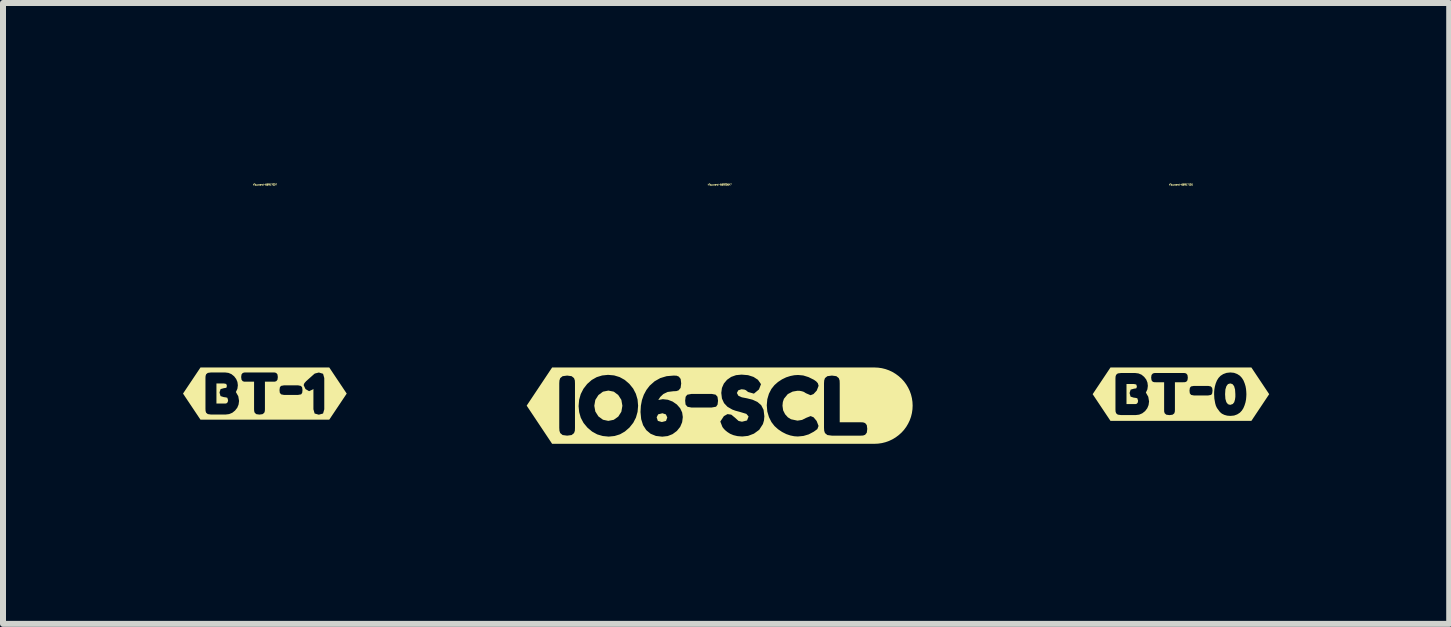
<source format=kicad_pcb>
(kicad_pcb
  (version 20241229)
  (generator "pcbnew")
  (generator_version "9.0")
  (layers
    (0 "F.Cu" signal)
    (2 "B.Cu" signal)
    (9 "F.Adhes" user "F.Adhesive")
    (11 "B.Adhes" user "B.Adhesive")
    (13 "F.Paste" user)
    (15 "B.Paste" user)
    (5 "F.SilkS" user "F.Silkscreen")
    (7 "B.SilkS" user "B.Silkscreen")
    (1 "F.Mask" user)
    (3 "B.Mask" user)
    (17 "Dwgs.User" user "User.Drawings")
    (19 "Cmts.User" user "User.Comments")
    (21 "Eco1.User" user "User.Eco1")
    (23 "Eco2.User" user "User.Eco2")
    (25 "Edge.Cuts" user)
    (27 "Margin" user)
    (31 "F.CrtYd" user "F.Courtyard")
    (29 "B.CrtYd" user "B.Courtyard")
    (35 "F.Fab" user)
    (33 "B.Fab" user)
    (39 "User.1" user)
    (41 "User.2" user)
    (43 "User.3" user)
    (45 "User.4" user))
  (footprint "kibuzzard-669206A7"
    (layer "F.Cu")
    (at 8.943 3.71)
    (property "Reference" "kibuzzard-669206A7" (at 0 -3.684 180) (layer "F.SilkS") (effects (font (size 0.025 0.025) (thickness 0.15))))
    (attr board_only exclude_from_pos_files exclude_from_bom)
    (fp_poly (pts (xy -0.873 0.197) (xy -0.896 0.146) (xy -0.954 0.127) (xy -1.025 0.145) (xy -1.05 0.194) (xy -1.03 0.254) (xy -0.963 0.273) (xy -0.894 0.255) (xy -0.873 0.197)) (stroke (width 0) (type solid)) (fill yes) (layer "F.SilkS"))
    (fp_poly (pts (xy -1.856 0.254) (xy -1.765 0.236) (xy -1.689 0.182) (xy -1.638 0.101) (xy -1.621 0.002) (xy -1.638 -0.096) (xy -1.69 -0.177) (xy -1.765 -0.233) (xy -1.854 -0.251) (xy -1.944 -0.233) (xy -2.02 -0.177) (xy -2.072 -0.096) (xy -2.089 0.002) (xy -2.072 0.098) (xy -2.02 0.18) (xy -1.944 0.235) (xy -1.856 0.254)) (stroke (width 0) (type solid)) (fill yes) (layer "F.SilkS"))
    (fp_poly (pts (xy -2.673 -0.636) (xy -2.792 -0.636) (xy -3.216 0) (xy -2.792 0.636) (xy -2.673 0.636) (xy -2.542 0.636) (xy -2.542 0.5) (xy -2.617 0.49) (xy -2.657 0.457) (xy -2.67 0.418) (xy -2.673 0.368) (xy -2.673 -0.371) (xy -2.67 -0.419) (xy -2.657 -0.459) (xy -2.617 -0.491) (xy -2.541 -0.501) (xy -2.467 -0.491) (xy -2.427 -0.459) (xy -2.413 -0.419) (xy -2.411 -0.37) (xy -2.411 0.37) (xy -2.413 0.419) (xy -2.427 0.458) (xy -2.467 0.49) (xy -2.542 0.5) (xy -2.542 0.636) (xy -1.849 0.636) (xy -1.849 0.516) (xy -1.949 0.506) (xy -2.041 0.479) (xy -2.126 0.432) (xy -2.203 0.367) (xy -2.268 0.289) (xy -2.314 0.203) (xy -2.341 0.109) (xy -2.351 0.008) (xy -2.342 -0.097) (xy -2.315 -0.193) (xy -2.27 -0.281) (xy -2.208 -0.361) (xy -2.132 -0.428) (xy -2.049 -0.475) (xy -1.958 -0.503) (xy -1.86 -0.513) (xy -1.759 -0.504) (xy -1.667 -0.476) (xy -1.582 -0.429) (xy -1.505 -0.363) (xy -1.441 -0.284) (xy -1.396 -0.197) (xy -1.368 -0.102) (xy -1.359 0.002) (xy -1.368 0.104) (xy -1.395 0.199) (xy -1.44 0.286) (xy -1.503 0.365) (xy -1.579 0.431) (xy -1.661 0.478) (xy -1.751 0.506) (xy -1.849 0.516) (xy -1.849 0.636) (xy -0.957 0.636) (xy -0.957 0.517) (xy -1.062 0.505) (xy -1.15 0.469) (xy -1.223 0.408) (xy -1.276 0.326) (xy -1.308 0.225) (xy -1.319 0.107) (xy -1.313 0.002) (xy -1.295 -0.093) (xy -1.264 -0.181) (xy -1.221 -0.261) (xy -1.166 -0.333) (xy -1.084 -0.406) (xy -0.99 -0.459) (xy -0.884 -0.491) (xy -0.767 -0.501) (xy -0.719 -0.499) (xy -0.681 -0.484) (xy -0.65 -0.445) (xy -0.641 -0.37) (xy -0.651 -0.295) (xy -0.684 -0.255) (xy -0.723 -0.242) (xy -0.773 -0.24) (xy -0.867 -0.228) (xy -0.938 -0.194) (xy -0.989 -0.146) (xy -1.023 -0.094) (xy -0.947 -0.108) (xy -0.862 -0.098) (xy -0.784 -0.068) (xy -0.713 -0.019) (xy -0.658 0.044) (xy -0.625 0.114) (xy -0.614 0.19) (xy -0.625 0.276) (xy -0.658 0.354) (xy -0.713 0.422) (xy -0.785 0.475) (xy -0.866 0.507) (xy -0.957 0.517) (xy -0.957 0.636) (xy -0.132 0.636) (xy -0.132 0.031) (xy -0.472 0.031) (xy -0.536 0.019) (xy -0.568 -0.018) (xy -0.575 -0.084) (xy -0.567 -0.148) (xy -0.54 -0.182) (xy -0.471 -0.195) (xy -0.13 -0.195) (xy -0.067 -0.183) (xy -0.036 -0.148) (xy -0.027 -0.082) (xy -0.035 -0.017) (xy -0.06 0.018) (xy -0.132 0.031) (xy -0.132 0.636) (xy 0.377 0.636) (xy 0.377 0.514) (xy 0.297 0.508) (xy 0.23 0.492) (xy 0.175 0.469) (xy 0.131 0.441) (xy 0.096 0.413) (xy 0.071 0.388) (xy 0.056 0.368) (xy 0.047 0.358) (xy 0.011 0.265) (xy 0.071 0.174) (xy 0.131 0.141) (xy 0.193 0.15) (xy 0.257 0.202) (xy 0.315 0.255) (xy 0.372 0.268) (xy 0.456 0.247) (xy 0.482 0.181) (xy 0.445 0.137) (xy 0.332 0.103) (xy 0.264 0.085) (xy 0.21 0.065) (xy 0.13 0.019) (xy 0.073 -0.042) (xy 0.038 -0.119) (xy 0.027 -0.212) (xy 0.038 -0.295) (xy 0.07 -0.368) (xy 0.123 -0.431) (xy 0.192 -0.479) (xy 0.273 -0.508) (xy 0.365 -0.517) (xy 0.473 -0.508) (xy 0.564 -0.479) (xy 0.638 -0.431) (xy 0.689 -0.358) (xy 0.655 -0.27) (xy 0.571 -0.2) (xy 0.475 -0.227) (xy 0.458 -0.24) (xy 0.438 -0.257) (xy 0.41 -0.268) (xy 0.363 -0.273) (xy 0.31 -0.255) (xy 0.287 -0.211) (xy 0.312 -0.165) (xy 0.369 -0.139) (xy 0.456 -0.122) (xy 0.548 -0.099) (xy 0.629 -0.062) (xy 0.692 -0.008) (xy 0.732 0.07) (xy 0.745 0.177) (xy 0.739 0.245) (xy 0.721 0.307) (xy 0.659 0.403) (xy 0.571 0.467) (xy 0.473 0.504) (xy 0.377 0.514) (xy 0.377 0.636) (xy 1.303 0.636) (xy 1.303 0.514) (xy 1.242 0.51) (xy 1.178 0.497) (xy 1.11 0.474) (xy 1.041 0.439) (xy 0.974 0.394) (xy 0.914 0.34) (xy 0.863 0.274) (xy 0.822 0.192) (xy 0.794 0.098) (xy 0.785 -0.006) (xy 0.794 -0.107) (xy 0.821 -0.198) (xy 0.862 -0.278) (xy 0.913 -0.342) (xy 0.972 -0.394) (xy 1.039 -0.438) (xy 1.109 -0.472) (xy 1.178 -0.494) (xy 1.244 -0.507) (xy 1.307 -0.511) (xy 1.393 -0.503) (xy 1.48 -0.476) (xy 1.571 -0.431) (xy 1.609 -0.404) (xy 1.636 -0.374) (xy 1.649 -0.331) (xy 1.618 -0.251) (xy 1.564 -0.193) (xy 1.515 -0.174) (xy 1.438 -0.207) (xy 1.428 -0.213) (xy 1.416 -0.221) (xy 1.403 -0.229) (xy 1.383 -0.236) (xy 1.36 -0.242) (xy 1.332 -0.247) (xy 1.297 -0.248) (xy 1.216 -0.234) (xy 1.135 -0.192) (xy 1.071 -0.114) (xy 1.053 -0.06) (xy 1.047 0.001) (xy 1.058 0.079) (xy 1.091 0.144) (xy 1.137 0.195) (xy 1.189 0.227) (xy 1.297 0.25) (xy 1.373 0.238) (xy 1.445 0.202) (xy 1.516 0.174) (xy 1.565 0.194) (xy 1.616 0.255) (xy 1.648 0.338) (xy 1.628 0.391) (xy 1.569 0.434) (xy 1.484 0.479) (xy 1.396 0.505) (xy 1.303 0.514) (xy 1.303 0.636) (xy 1.87 0.636) (xy 1.87 0.5) (xy 1.795 0.49) (xy 1.755 0.457) (xy 1.742 0.418) (xy 1.739 0.368) (xy 1.739 -0.371) (xy 1.742 -0.419) (xy 1.755 -0.459) (xy 1.795 -0.491) (xy 1.871 -0.501) (xy 1.945 -0.491) (xy 1.985 -0.459) (xy 1.999 -0.419) (xy 2.001 -0.37) (xy 2.001 0.277) (xy 2.35 0.277) (xy 2.391 0.279) (xy 2.424 0.29) (xy 2.452 0.324) (xy 2.46 0.388) (xy 2.452 0.451) (xy 2.424 0.486) (xy 2.39 0.498) (xy 2.349 0.5) (xy 1.87 0.5) (xy 1.87 0.636) (xy 2.46 0.636) (xy 2.58 0.636) (xy 2.642 0.633) (xy 2.704 0.624) (xy 2.764 0.609) (xy 2.823 0.588) (xy 2.88 0.561) (xy 2.933 0.529) (xy 2.983 0.492) (xy 3.03 0.45) (xy 3.072 0.404) (xy 3.109 0.354) (xy 3.141 0.3) (xy 3.168 0.244) (xy 3.189 0.185) (xy 3.204 0.124) (xy 3.213 0.062) (xy 3.216 0) (xy 3.213 -0.062) (xy 3.204 -0.124) (xy 3.189 -0.185) (xy 3.168 -0.244) (xy 3.141 -0.3) (xy 3.109 -0.354) (xy 3.072 -0.404) (xy 3.03 -0.45) (xy 2.983 -0.492) (xy 2.933 -0.529) (xy 2.88 -0.561) (xy 2.823 -0.588) (xy 2.764 -0.609) (xy 2.704 -0.624) (xy 2.642 -0.633) (xy 2.58 -0.636) (xy 2.46 -0.636) (xy -2.673 -0.636)) (stroke (width 0) (type solid)) (fill yes) (layer "F.SilkS")))
  (footprint "kibuzzard-669170D7"
    (layer "F.Cu")
    (at 1.364 3.509)
    (property "Reference" "kibuzzard-669170D7" (at 0 -3.483 0) (layer "F.SilkS") (effects (font (size 0.025 0.025) (thickness 0.15))))
    (attr board_only exclude_from_pos_files exclude_from_bom)
    (fp_poly (pts (xy -0.807 0.166) (xy -0.663 0.166) (xy -0.649 0.165) (xy -0.634 0.159) (xy -0.619 0.142) (xy -0.613 0.111) (xy -0.626 0.069) (xy -0.668 0.06) (xy -0.681 0.06) (xy -0.739 0.042) (xy -0.756 -0.018) (xy -0.738 -0.075) (xy -0.676 -0.092) (xy -0.664 -0.092) (xy -0.64 -0.099) (xy -0.633 -0.13) (xy -0.644 -0.161) (xy -0.685 -0.169) (xy -0.807 -0.169) (xy -0.807 0.166)) (stroke (width 0) (type solid)) (fill yes) (layer "F.SilkS"))
    (fp_poly (pts (xy -0.99 -0.435) (xy -1.073 -0.435) (xy -1.364 0) (xy -1.073 0.435) (xy -0.99 0.435) (xy -0.899 0.435) (xy -0.899 0.349) (xy -0.951 0.342) (xy -0.979 0.319) (xy -0.988 0.291) (xy -0.99 0.256) (xy -0.99 -0.261) (xy -0.988 -0.294) (xy -0.979 -0.322) (xy -0.951 -0.345) (xy -0.898 -0.352) (xy -0.663 -0.352) (xy -0.607 -0.345) (xy -0.557 -0.324) (xy -0.512 -0.288) (xy -0.478 -0.243) (xy -0.457 -0.193) (xy -0.45 -0.138) (xy -0.458 -0.079) (xy -0.483 -0.026) (xy -0.443 0.045) (xy -0.43 0.122) (xy -0.438 0.182) (xy -0.46 0.236) (xy -0.497 0.283) (xy -0.543 0.32) (xy -0.596 0.342) (xy -0.653 0.349) (xy -0.899 0.349) (xy -0.899 0.435) (xy -0.091 0.435) (xy -0.091 0.35) (xy -0.142 0.343) (xy -0.169 0.32) (xy -0.178 0.293) (xy -0.18 0.26) (xy -0.18 -0.198) (xy -0.319 -0.198) (xy -0.347 -0.199) (xy -0.37 -0.207) (xy -0.389 -0.231) (xy -0.395 -0.276) (xy -0.389 -0.319) (xy -0.37 -0.342) (xy -0.346 -0.351) (xy -0.318 -0.352) (xy 0.14 -0.352) (xy 0.168 -0.351) (xy 0.191 -0.342) (xy 0.21 -0.319) (xy 0.216 -0.275) (xy 0.21 -0.231) (xy 0.19 -0.207) (xy 0.167 -0.199) (xy 0.139 -0.198) (xy 0.001 -0.198) (xy 0.001 0.261) (xy -0.001 0.294) (xy -0.011 0.321) (xy -0.039 0.343) (xy -0.091 0.35) (xy -0.091 0.435) (xy 0.554 0.435) (xy 0.554 0.022) (xy 0.316 0.022) (xy 0.271 0.013) (xy 0.249 -0.013) (xy 0.244 -0.059) (xy 0.25 -0.104) (xy 0.269 -0.128) (xy 0.317 -0.137) (xy 0.555 -0.137) (xy 0.6 -0.128) (xy 0.621 -0.104) (xy 0.627 -0.058) (xy 0.622 -0.012) (xy 0.604 0.013) (xy 0.554 0.022) (xy 0.554 0.435) (xy 0.899 0.435) (xy 0.899 0.352) (xy 0.829 0.332) (xy 0.809 0.261) (xy 0.809 -0.078) (xy 0.799 -0.069) (xy 0.737 -0.04) (xy 0.677 -0.075) (xy 0.646 -0.141) (xy 0.658 -0.173) (xy 0.688 -0.207) (xy 0.816 -0.321) (xy 0.832 -0.334) (xy 0.9 -0.351) (xy 0.97 -0.33) (xy 0.99 -0.259) (xy 0.99 0.262) (xy 0.97 0.332) (xy 0.899 0.352) (xy 0.899 0.435) (xy 0.99 0.435) (xy 1.073 0.435) (xy 1.364 0) (xy 1.073 -0.435) (xy 0.99 -0.435) (xy -0.99 -0.435)) (stroke (width 0) (type solid)) (fill yes) (layer "F.SilkS")))
  (footprint "kibuzzard-66917101"
    (layer "F.Cu")
    (at 16.63 3.519)
    (property "Reference" "kibuzzard-66917101" (at 0 -3.493 0) (layer "F.SilkS") (effects (font (size 0.025 0.025) (thickness 0.15))))
    (attr board_only exclude_from_pos_files exclude_from_bom)
    (fp_poly (pts (xy 0.821 0.178) (xy 0.863 0.164) (xy 0.888 0.134) (xy 0.901 0.089) (xy 0.907 0.045) (xy 0.907 0.005) (xy 0.907 -0.001) (xy 0.902 -0.078) (xy 0.886 -0.134) (xy 0.859 -0.168) (xy 0.822 -0.179) (xy 0.784 -0.168) (xy 0.758 -0.134) (xy 0.741 -0.078) (xy 0.736 0.001) (xy 0.741 0.078) (xy 0.757 0.133) (xy 0.784 0.167) (xy 0.821 0.178)) (stroke (width 0) (type solid)) (fill yes) (layer "F.SilkS"))
    (fp_poly (pts (xy -0.907 0.165) (xy -0.764 0.165) (xy -0.75 0.164) (xy -0.735 0.158) (xy -0.72 0.141) (xy -0.714 0.11) (xy -0.727 0.068) (xy -0.769 0.059) (xy -0.782 0.059) (xy -0.839 0.041) (xy -0.856 -0.019) (xy -0.838 -0.076) (xy -0.777 -0.093) (xy -0.765 -0.093) (xy -0.741 -0.1) (xy -0.734 -0.131) (xy -0.745 -0.162) (xy -0.786 -0.17) (xy -0.907 -0.17) (xy -0.907 0.165)) (stroke (width 0) (type solid)) (fill yes) (layer "F.SilkS"))
    (fp_poly (pts (xy -1.091 -0.445) (xy -1.174 -0.445) (xy -1.471 0) (xy -1.174 0.445) (xy -1.091 0.445) (xy -0.999 0.445) (xy -0.999 0.348) (xy -1.052 0.341) (xy -1.08 0.318) (xy -1.089 0.29) (xy -1.091 0.255) (xy -1.091 -0.262) (xy -1.089 -0.295) (xy -1.08 -0.323) (xy -1.052 -0.346) (xy -0.998 -0.353) (xy -0.764 -0.353) (xy -0.708 -0.346) (xy -0.657 -0.325) (xy -0.613 -0.289) (xy -0.578 -0.244) (xy -0.558 -0.194) (xy -0.551 -0.139) (xy -0.559 -0.08) (xy -0.584 -0.027) (xy -0.544 0.044) (xy -0.531 0.121) (xy -0.539 0.181) (xy -0.561 0.235) (xy -0.597 0.282) (xy -0.644 0.319) (xy -0.696 0.341) (xy -0.754 0.348) (xy -0.999 0.348) (xy -0.999 0.445) (xy -0.191 0.445) (xy -0.191 0.349) (xy -0.243 0.342) (xy -0.27 0.319) (xy -0.279 0.292) (xy -0.28 0.259) (xy -0.28 -0.199) (xy -0.42 -0.199) (xy -0.448 -0.2) (xy -0.471 -0.208) (xy -0.49 -0.232) (xy -0.496 -0.277) (xy -0.49 -0.32) (xy -0.47 -0.343) (xy -0.447 -0.352) (xy -0.419 -0.353) (xy 0.039 -0.353) (xy 0.068 -0.352) (xy 0.09 -0.343) (xy 0.109 -0.32) (xy 0.115 -0.276) (xy 0.109 -0.232) (xy 0.09 -0.208) (xy 0.067 -0.2) (xy 0.038 -0.199) (xy -0.1 -0.199) (xy -0.1 0.26) (xy -0.102 0.293) (xy -0.111 0.32) (xy -0.139 0.342) (xy -0.191 0.349) (xy -0.191 0.445) (xy 0.454 0.445) (xy 0.454 0.021) (xy 0.215 0.021) (xy 0.17 0.012) (xy 0.148 -0.014) (xy 0.143 -0.06) (xy 0.149 -0.105) (xy 0.168 -0.129) (xy 0.216 -0.138) (xy 0.455 -0.138) (xy 0.499 -0.129) (xy 0.521 -0.105) (xy 0.527 -0.059) (xy 0.521 -0.013) (xy 0.504 0.012) (xy 0.454 0.021) (xy 0.454 0.445) (xy 0.825 0.445) (xy 0.825 0.362) (xy 0.772 0.358) (xy 0.724 0.345) (xy 0.683 0.325) (xy 0.65 0.297) (xy 0.601 0.231) (xy 0.583 0.194) (xy 0.571 0.152) (xy 0.557 0.073) (xy 0.553 -0.001) (xy 0.554 -0.043) (xy 0.558 -0.085) (xy 0.566 -0.129) (xy 0.58 -0.179) (xy 0.6 -0.228) (xy 0.626 -0.27) (xy 0.66 -0.306) (xy 0.705 -0.335) (xy 0.76 -0.355) (xy 0.823 -0.362) (xy 0.885 -0.356) (xy 0.938 -0.336) (xy 0.983 -0.307) (xy 1.016 -0.271) (xy 1.042 -0.23) (xy 1.062 -0.181) (xy 1.077 -0.132) (xy 1.085 -0.087) (xy 1.089 -0.043) (xy 1.091 0.001) (xy 1.089 0.045) (xy 1.085 0.09) (xy 1.076 0.136) (xy 1.061 0.185) (xy 1.041 0.233) (xy 1.015 0.274) (xy 0.982 0.309) (xy 0.938 0.337) (xy 0.886 0.356) (xy 0.825 0.362) (xy 0.825 0.445) (xy 1.091 0.445) (xy 1.174 0.445) (xy 1.471 0) (xy 1.174 -0.445) (xy 1.091 -0.445) (xy -1.091 -0.445)) (stroke (width 0) (type solid)) (fill yes) (layer "F.SilkS")))
  (gr_rect
    (start -3 -3)
    (end 21.101 7.347)
    (stroke (width 0.1) (type default))
    (fill no)
    (layer "Edge.Cuts")))
</source>
